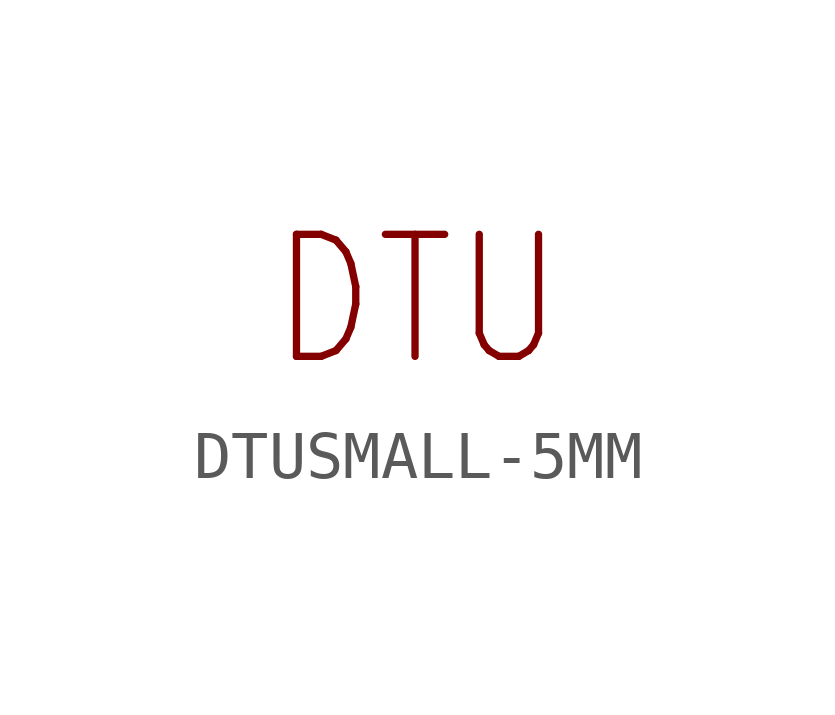
<source format=kicad_sym>
(kicad_symbol_lib
  (version 20220914)
  (generator kicad_symbol_editor)
  (symbol "DTUSMALL-5MM"
    (property "Reference" ""
      (at 0 0 0)
      (effects (font (size 1.27 1.27)) hide))
    (property "ki_locked" ""
      (at 0 0 0)
      (effects (font (size 1.27 1.27))))
    (symbol "DTUSMALL-5MM_1_0"
      (text "DTU" (at 0 0 0) (effects (font (size 2.54 2.159)) (justify bottom))))))
</source>
